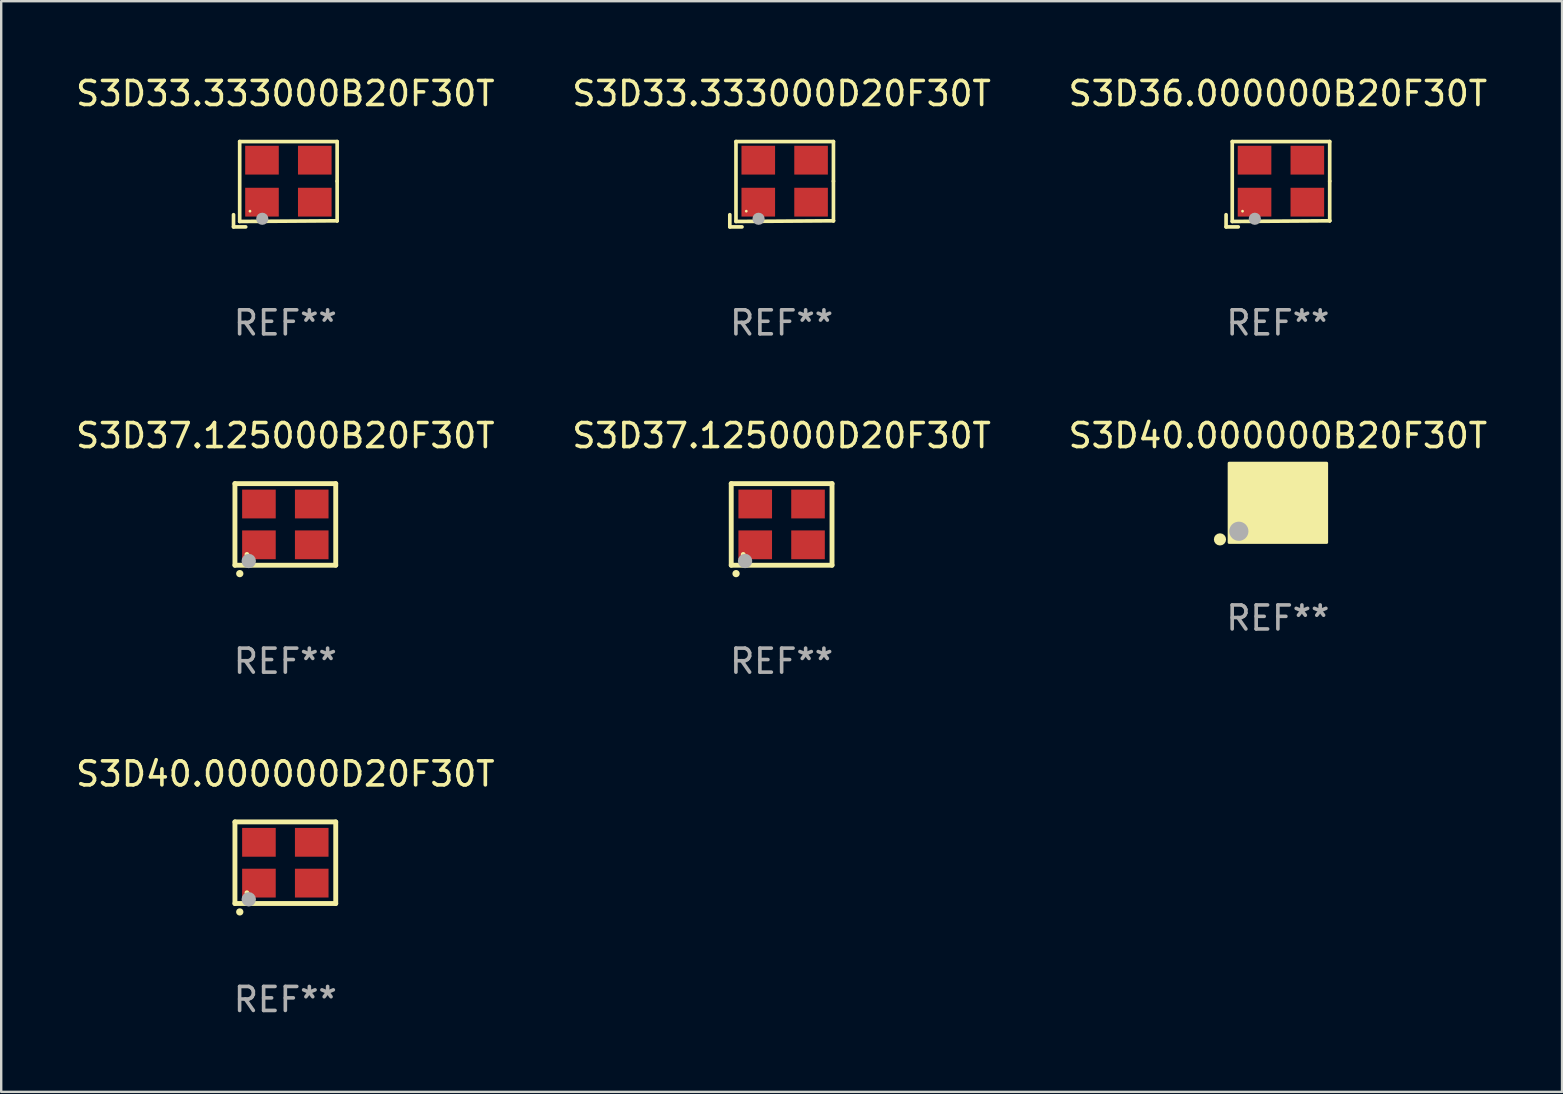
<source format=kicad_pcb>
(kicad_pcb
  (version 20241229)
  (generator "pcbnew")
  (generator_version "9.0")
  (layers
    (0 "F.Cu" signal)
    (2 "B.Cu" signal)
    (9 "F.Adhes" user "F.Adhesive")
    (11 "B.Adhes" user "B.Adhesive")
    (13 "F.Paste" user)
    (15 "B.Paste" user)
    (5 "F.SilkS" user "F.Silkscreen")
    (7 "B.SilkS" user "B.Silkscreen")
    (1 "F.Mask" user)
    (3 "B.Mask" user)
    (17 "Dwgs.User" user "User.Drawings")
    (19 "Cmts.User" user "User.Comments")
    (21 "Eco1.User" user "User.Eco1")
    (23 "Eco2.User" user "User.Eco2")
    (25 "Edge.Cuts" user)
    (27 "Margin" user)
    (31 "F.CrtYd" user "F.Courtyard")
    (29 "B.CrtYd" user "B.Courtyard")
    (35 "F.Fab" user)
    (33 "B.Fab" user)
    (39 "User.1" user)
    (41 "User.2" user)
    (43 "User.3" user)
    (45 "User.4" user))
  (footprint "S3D37.125000D20F30T"
    (layer "F.Cu")
    (at 29.518 18.801)
    (property "Reference" "S3D37.125000D20F30T" (at 0 -3.7 0) (layer "F.SilkS") (effects (font (size 1 1) (thickness 0.15))))
    (attr through_hole)
    (fp_line (start -2.1 -1.7) (end -2.1 1.7) (stroke (width 0.203) (type solid)) (layer "F.SilkS"))
    (fp_line (start -2.1 1.7) (end 2.1 1.7) (stroke (width 0.203) (type solid)) (layer "F.SilkS"))
    (fp_line (start 2.1 -1.7) (end -2.1 -1.7) (stroke (width 0.203) (type solid)) (layer "F.SilkS"))
    (fp_line (start 2.1 1.7) (end 2.1 -1.7) (stroke (width 0.203) (type solid)) (layer "F.SilkS"))
    (fp_arc (start -1.899924 2.049784) (mid -1.898654 2.049779) (end -1.897384 2.049784) (stroke (width 0.3) (type solid)) (layer "F.SilkS"))
    (fp_circle (center -1.6 1.25) (end -1.55 1.25) (stroke (width 0.1) (type solid)) (fill no) (layer "F.SilkS"))
    (fp_circle (center -1.524 1.524) (end -1.374 1.524) (stroke (width 0.3) (type solid)) (fill no) (layer "F.Fab"))
    (fp_text user "REF**" (at 0 5.7 0) (layer "F.Fab") (effects (font (size 1 1) (thickness 0.15))))
    (pad "1" smd rect (at -1.1 0.85) (size 1.4 1.2) (layers "F.Cu" "F.Mask" "F.Paste"))
    (pad "2" smd rect (at 1.1 0.85) (size 1.4 1.2) (layers "F.Cu" "F.Mask" "F.Paste"))
    (pad "3" smd rect (at 1.1 -0.85) (size 1.4 1.2) (layers "F.Cu" "F.Mask" "F.Paste"))
    (pad "4" smd rect (at -1.1 -0.85) (size 1.4 1.2) (layers "F.Cu" "F.Mask" "F.Paste")))
  (footprint "S3D40.000000B20F30T"
    (layer "F.Cu")
    (at 50.196 17.901)
    (property "Reference" "S3D40.000000B20F30T" (at 0 -2.8 0) (layer "F.SilkS") (effects (font (size 1 1) (thickness 0.15))))
    (attr through_hole)
    (fp_circle (center -2.413 1.524) (end -2.286 1.524) (stroke (width 0.254) (type solid)) (fill no) (layer "F.SilkS"))
    (fp_circle (center -1.6 1.25) (end -1.57 1.25) (stroke (width 0.06) (type solid)) (fill no) (layer "F.SilkS"))
    (fp_poly (pts (xy -2.032 -1.651) (xy 2.032 -1.651) (xy 2.032 1.651) (xy -2.032 1.651)) (stroke (width 0.12) (type solid)) (fill yes) (layer "F.SilkS"))
    (fp_circle (center -1.627 1.185) (end -1.427 1.185) (stroke (width 0.4) (type solid)) (fill no) (layer "F.Fab"))
    (fp_text user "REF**" (at 0 4.8 0) (layer "F.Fab") (effects (font (size 1 1) (thickness 0.15))))
    (pad "1" smd rect (at -1.05 0.8) (size 1.4 1.2) (layers "F.Cu" "F.Mask" "F.Paste"))
    (pad "2" smd rect (at 1.05 0.8) (size 1.4 1.2) (layers "F.Cu" "F.Mask" "F.Paste"))
    (pad "3" smd rect (at 1.05 -0.8) (size 1.4 1.2) (layers "F.Cu" "F.Mask" "F.Paste"))
    (pad "4" smd rect (at -1.05 -0.8) (size 1.4 1.2) (layers "F.Cu" "F.Mask" "F.Paste")))
  (footprint "S3D33.333000B20F30T"
    (layer "F.Cu")
    (at 8.839 4.626)
    (property "Reference" "S3D33.333000B20F30T" (at 0 -3.778 0) (layer "F.SilkS") (effects (font (size 1 1) (thickness 0.15))))
    (attr through_hole)
    (fp_line (start -2.159 1.27) (end -2.159 1.778) (stroke (width 0.152) (type solid)) (layer "F.SilkS"))
    (fp_line (start -2.159 1.778) (end -1.651 1.778) (stroke (width 0.152) (type solid)) (layer "F.SilkS"))
    (fp_line (start -1.902 -1.778) (end 2.159 -1.778) (stroke (width 0.152) (type solid)) (layer "F.SilkS"))
    (fp_line (start -1.902 1.552) (end -1.902 -1.778) (stroke (width 0.152) (type solid)) (layer "F.SilkS"))
    (fp_line (start 2.159 -1.778) (end 2.159 -0.127) (stroke (width 0.152) (type solid)) (layer "F.SilkS"))
    (fp_line (start 2.159 -0.127) (end 2.159 1.524) (stroke (width 0.152) (type solid)) (layer "F.SilkS"))
    (fp_line (start 2.159 1.524) (end -1.902 1.552) (stroke (width 0.152) (type solid)) (layer "F.SilkS"))
    (fp_line (start 2.159 1.524) (end 2.159 1.524) (stroke (width 0.152) (type solid)) (layer "F.SilkS"))
    (fp_circle (center -1.473 1.123) (end -1.443 1.123) (stroke (width 0.06) (type solid)) (fill no) (layer "F.SilkS"))
    (fp_circle (center -0.961 1.44) (end -0.834 1.44) (stroke (width 0.254) (type solid)) (fill no) (layer "F.Fab"))
    (fp_text user "REF**" (at 0 5.778 0) (layer "F.Fab") (effects (font (size 1 1) (thickness 0.15))))
    (pad "1" smd rect (at -0.973 0.748) (size 1.4 1.2) (layers "F.Cu" "F.Mask" "F.Paste"))
    (pad "2" smd rect (at 1.227 0.748) (size 1.4 1.2) (layers "F.Cu" "F.Mask" "F.Paste"))
    (pad "3" smd rect (at 1.227 -1.002) (size 1.4 1.2) (layers "F.Cu" "F.Mask" "F.Paste"))
    (pad "4" smd rect (at -0.973 -1.002) (size 1.4 1.2) (layers "F.Cu" "F.Mask" "F.Paste")))
  (footprint "S3D37.125000B20F30T"
    (layer "F.Cu")
    (at 8.839 18.801)
    (property "Reference" "S3D37.125000B20F30T" (at 0 -3.7 0) (layer "F.SilkS") (effects (font (size 1 1) (thickness 0.15))))
    (attr through_hole)
    (fp_line (start -2.1 -1.7) (end -2.1 1.7) (stroke (width 0.203) (type solid)) (layer "F.SilkS"))
    (fp_line (start -2.1 1.7) (end 2.1 1.7) (stroke (width 0.203) (type solid)) (layer "F.SilkS"))
    (fp_line (start 2.1 -1.7) (end -2.1 -1.7) (stroke (width 0.203) (type solid)) (layer "F.SilkS"))
    (fp_line (start 2.1 1.7) (end 2.1 -1.7) (stroke (width 0.203) (type solid)) (layer "F.SilkS"))
    (fp_arc (start -1.899924 2.049784) (mid -1.898654 2.049779) (end -1.897384 2.049784) (stroke (width 0.3) (type solid)) (layer "F.SilkS"))
    (fp_circle (center -1.6 1.25) (end -1.55 1.25) (stroke (width 0.1) (type solid)) (fill no) (layer "F.SilkS"))
    (fp_circle (center -1.524 1.524) (end -1.374 1.524) (stroke (width 0.3) (type solid)) (fill no) (layer "F.Fab"))
    (fp_text user "REF**" (at 0 5.7 0) (layer "F.Fab") (effects (font (size 1 1) (thickness 0.15))))
    (pad "1" smd rect (at -1.1 0.85) (size 1.4 1.2) (layers "F.Cu" "F.Mask" "F.Paste"))
    (pad "2" smd rect (at 1.1 0.85) (size 1.4 1.2) (layers "F.Cu" "F.Mask" "F.Paste"))
    (pad "3" smd rect (at 1.1 -0.85) (size 1.4 1.2) (layers "F.Cu" "F.Mask" "F.Paste"))
    (pad "4" smd rect (at -1.1 -0.85) (size 1.4 1.2) (layers "F.Cu" "F.Mask" "F.Paste")))
  (footprint "S3D33.333000D20F30T"
    (layer "F.Cu")
    (at 29.518 4.626)
    (property "Reference" "S3D33.333000D20F30T" (at 0 -3.778 0) (layer "F.SilkS") (effects (font (size 1 1) (thickness 0.15))))
    (attr through_hole)
    (fp_line (start -2.159 1.27) (end -2.159 1.778) (stroke (width 0.152) (type solid)) (layer "F.SilkS"))
    (fp_line (start -2.159 1.778) (end -1.651 1.778) (stroke (width 0.152) (type solid)) (layer "F.SilkS"))
    (fp_line (start -1.902 -1.778) (end 2.159 -1.778) (stroke (width 0.152) (type solid)) (layer "F.SilkS"))
    (fp_line (start -1.902 1.552) (end -1.902 -1.778) (stroke (width 0.152) (type solid)) (layer "F.SilkS"))
    (fp_line (start 2.159 -1.778) (end 2.159 -0.127) (stroke (width 0.152) (type solid)) (layer "F.SilkS"))
    (fp_line (start 2.159 -0.127) (end 2.159 1.524) (stroke (width 0.152) (type solid)) (layer "F.SilkS"))
    (fp_line (start 2.159 1.524) (end -1.902 1.552) (stroke (width 0.152) (type solid)) (layer "F.SilkS"))
    (fp_line (start 2.159 1.524) (end 2.159 1.524) (stroke (width 0.152) (type solid)) (layer "F.SilkS"))
    (fp_circle (center -1.473 1.123) (end -1.443 1.123) (stroke (width 0.06) (type solid)) (fill no) (layer "F.SilkS"))
    (fp_circle (center -0.961 1.44) (end -0.834 1.44) (stroke (width 0.254) (type solid)) (fill no) (layer "F.Fab"))
    (fp_text user "REF**" (at 0 5.778 0) (layer "F.Fab") (effects (font (size 1 1) (thickness 0.15))))
    (pad "1" smd rect (at -0.973 0.748) (size 1.4 1.2) (layers "F.Cu" "F.Mask" "F.Paste"))
    (pad "2" smd rect (at 1.227 0.748) (size 1.4 1.2) (layers "F.Cu" "F.Mask" "F.Paste"))
    (pad "3" smd rect (at 1.227 -1.002) (size 1.4 1.2) (layers "F.Cu" "F.Mask" "F.Paste"))
    (pad "4" smd rect (at -0.973 -1.002) (size 1.4 1.2) (layers "F.Cu" "F.Mask" "F.Paste")))
  (footprint "S3D40.000000D20F30T"
    (layer "F.Cu")
    (at 8.839 32.897)
    (property "Reference" "S3D40.000000D20F30T" (at 0 -3.7 0) (layer "F.SilkS") (effects (font (size 1 1) (thickness 0.15))))
    (attr through_hole)
    (fp_line (start -2.1 -1.7) (end -2.1 1.7) (stroke (width 0.203) (type solid)) (layer "F.SilkS"))
    (fp_line (start -2.1 1.7) (end 2.1 1.7) (stroke (width 0.203) (type solid)) (layer "F.SilkS"))
    (fp_line (start 2.1 -1.7) (end -2.1 -1.7) (stroke (width 0.203) (type solid)) (layer "F.SilkS"))
    (fp_line (start 2.1 1.7) (end 2.1 -1.7) (stroke (width 0.203) (type solid)) (layer "F.SilkS"))
    (fp_arc (start -1.899924 2.049784) (mid -1.898654 2.049779) (end -1.897384 2.049784) (stroke (width 0.3) (type solid)) (layer "F.SilkS"))
    (fp_circle (center -1.6 1.25) (end -1.55 1.25) (stroke (width 0.1) (type solid)) (fill no) (layer "F.SilkS"))
    (fp_circle (center -1.524 1.524) (end -1.374 1.524) (stroke (width 0.3) (type solid)) (fill no) (layer "F.Fab"))
    (fp_text user "REF**" (at 0 5.7 0) (layer "F.Fab") (effects (font (size 1 1) (thickness 0.15))))
    (pad "1" smd rect (at -1.1 0.85) (size 1.4 1.2) (layers "F.Cu" "F.Mask" "F.Paste"))
    (pad "2" smd rect (at 1.1 0.85) (size 1.4 1.2) (layers "F.Cu" "F.Mask" "F.Paste"))
    (pad "3" smd rect (at 1.1 -0.85) (size 1.4 1.2) (layers "F.Cu" "F.Mask" "F.Paste"))
    (pad "4" smd rect (at -1.1 -0.85) (size 1.4 1.2) (layers "F.Cu" "F.Mask" "F.Paste")))
  (footprint "S3D36.000000B20F30T"
    (layer "F.Cu")
    (at 50.196 4.626)
    (property "Reference" "S3D36.000000B20F30T" (at 0 -3.778 0) (layer "F.SilkS") (effects (font (size 1 1) (thickness 0.15))))
    (attr through_hole)
    (fp_line (start -2.159 1.27) (end -2.159 1.778) (stroke (width 0.152) (type solid)) (layer "F.SilkS"))
    (fp_line (start -2.159 1.778) (end -1.651 1.778) (stroke (width 0.152) (type solid)) (layer "F.SilkS"))
    (fp_line (start -1.902 -1.778) (end 2.159 -1.778) (stroke (width 0.152) (type solid)) (layer "F.SilkS"))
    (fp_line (start -1.902 1.552) (end -1.902 -1.778) (stroke (width 0.152) (type solid)) (layer "F.SilkS"))
    (fp_line (start 2.159 -1.778) (end 2.159 -0.127) (stroke (width 0.152) (type solid)) (layer "F.SilkS"))
    (fp_line (start 2.159 -0.127) (end 2.159 1.524) (stroke (width 0.152) (type solid)) (layer "F.SilkS"))
    (fp_line (start 2.159 1.524) (end -1.902 1.552) (stroke (width 0.152) (type solid)) (layer "F.SilkS"))
    (fp_line (start 2.159 1.524) (end 2.159 1.524) (stroke (width 0.152) (type solid)) (layer "F.SilkS"))
    (fp_circle (center -1.473 1.123) (end -1.443 1.123) (stroke (width 0.06) (type solid)) (fill no) (layer "F.SilkS"))
    (fp_circle (center -0.961 1.44) (end -0.834 1.44) (stroke (width 0.254) (type solid)) (fill no) (layer "F.Fab"))
    (fp_text user "REF**" (at 0 5.778 0) (layer "F.Fab") (effects (font (size 1 1) (thickness 0.15))))
    (pad "1" smd rect (at -0.973 0.748) (size 1.4 1.2) (layers "F.Cu" "F.Mask" "F.Paste"))
    (pad "2" smd rect (at 1.227 0.748) (size 1.4 1.2) (layers "F.Cu" "F.Mask" "F.Paste"))
    (pad "3" smd rect (at 1.227 -1.002) (size 1.4 1.2) (layers "F.Cu" "F.Mask" "F.Paste"))
    (pad "4" smd rect (at -0.973 -1.002) (size 1.4 1.2) (layers "F.Cu" "F.Mask" "F.Paste")))
  (gr_rect
    (start -3 -3)
    (end 62.036 42.446)
    (stroke (width 0.1) (type default))
    (fill no)
    (layer "Edge.Cuts")))
</source>
